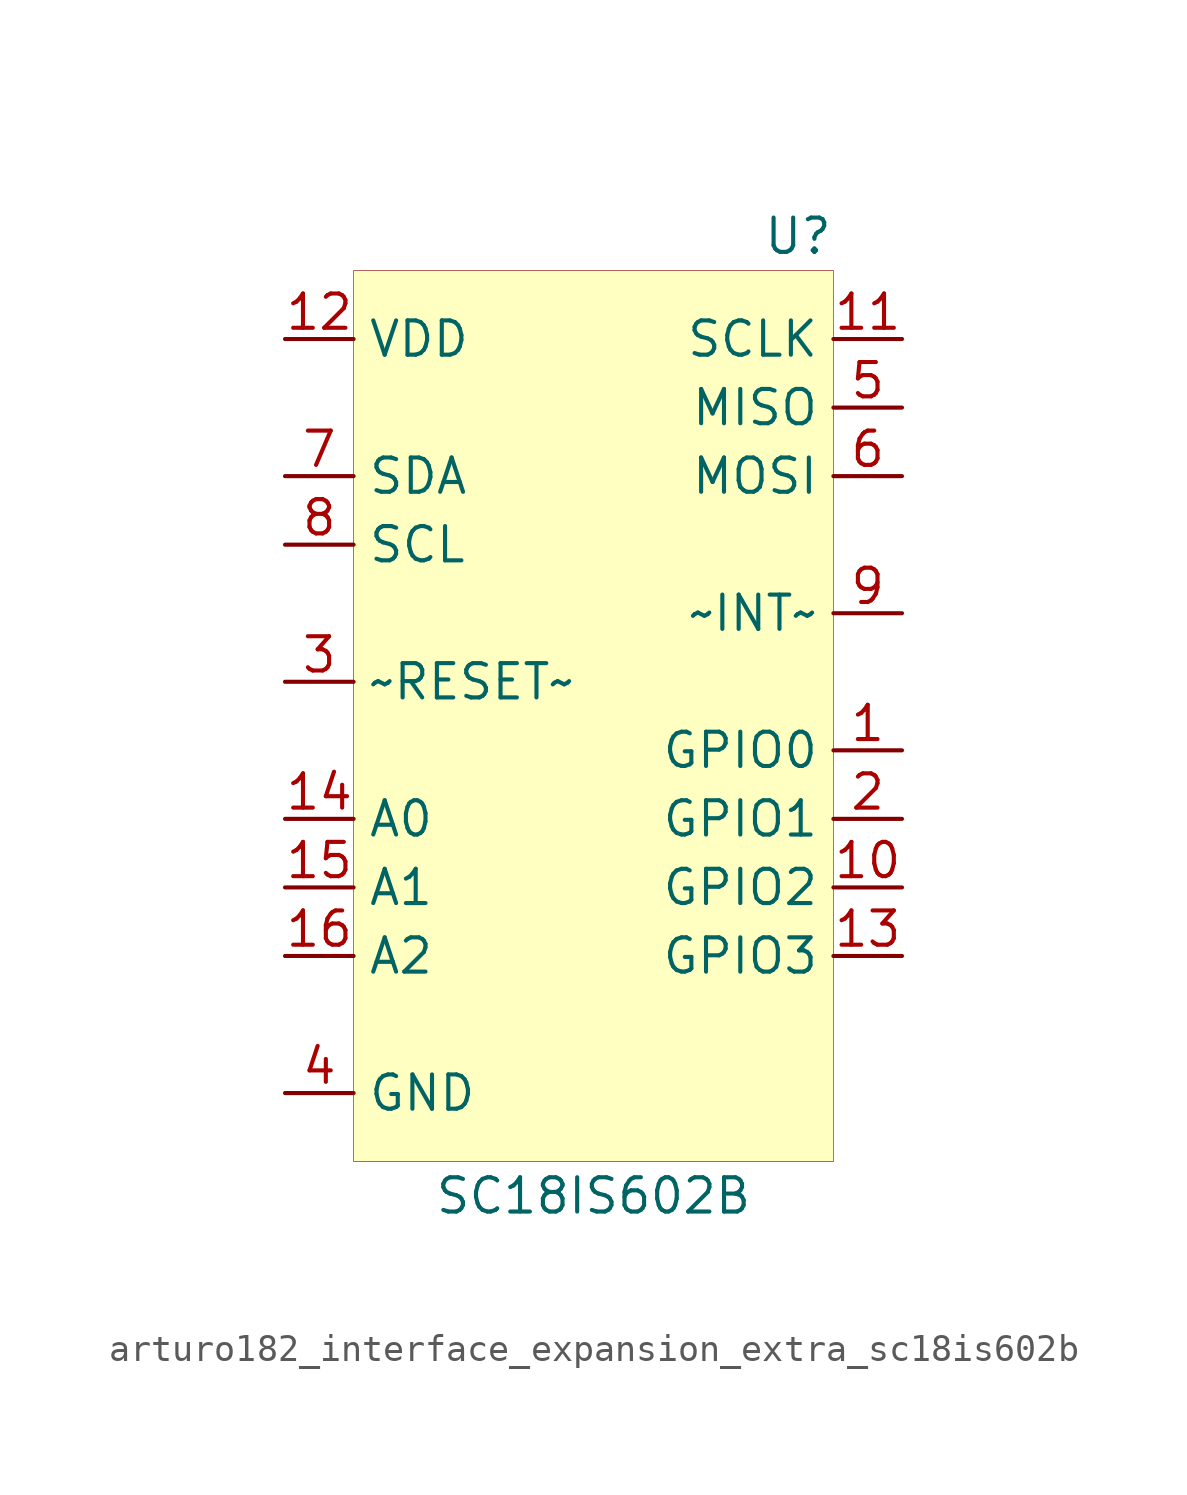
<source format=kicad_sym>
(kicad_symbol_lib
  (version 20220914)
  (generator kicad_symbol_editor)
  (symbol "Interface_Expansion_Extra:arturo182_interface_expansion_extra_sc18is602b"
    (property "Reference" "U"
      (at 8.89 16.51 0)
      (effects (font (size 1.27 1.27)) (justify right)))
    (property "Value" "SC18IS602B"
      (at 0 -19.05 0)
      (effects (font (size 1.27 1.27))))
    (symbol "arturo182_interface_expansion_extra_sc18is602b_0_1"
      (rectangle (start -8.89 15.24) (end 8.89 -17.78) (stroke (width 0.001)) (fill (type background))))
    (symbol "arturo182_interface_expansion_extra_sc18is602b_0_0"
      (pin bidirectional line (at 11.43 -2.54 180) (length 2.54) (name "GPIO0" (effects (font (size 1.27 1.27)))) (number "1" (effects (font (size 1.27 1.27)))))
      (pin bidirectional line (at 11.43 -5.08 180) (length 2.54) (name "GPIO1" (effects (font (size 1.27 1.27)))) (number "2" (effects (font (size 1.27 1.27)))))
      (pin input line (at -11.43 0 0) (length 2.54) (name "~RESET~" (effects (font (size 1.27 1.27)))) (number "3" (effects (font (size 1.27 1.27)))))
      (pin power_in line (at -11.43 -15.24 0) (length 2.54) (name "GND" (effects (font (size 1.27 1.27)))) (number "4" (effects (font (size 1.27 1.27)))))
      (pin input line (at 11.43 10.16 180) (length 2.54) (name "MISO" (effects (font (size 1.27 1.27)))) (number "5" (effects (font (size 1.27 1.27)))))
      (pin output line (at 11.43 7.62 180) (length 2.54) (name "MOSI" (effects (font (size 1.27 1.27)))) (number "6" (effects (font (size 1.27 1.27)))))
      (pin bidirectional line (at -11.43 7.62 0) (length 2.54) (name "SDA" (effects (font (size 1.27 1.27)))) (number "7" (effects (font (size 1.27 1.27)))))
      (pin input line (at -11.43 5.08 0) (length 2.54) (name "SCL" (effects (font (size 1.27 1.27)))) (number "8" (effects (font (size 1.27 1.27)))))
      (pin output line (at 11.43 2.54 180) (length 2.54) (name "~INT~" (effects (font (size 1.27 1.27)))) (number "9" (effects (font (size 1.27 1.27)))))
      (pin bidirectional line (at 11.43 -7.62 180) (length 2.54) (name "GPIO2" (effects (font (size 1.27 1.27)))) (number "10" (effects (font (size 1.27 1.27)))))
      (pin output line (at 11.43 12.7 180) (length 2.54) (name "SCLK" (effects (font (size 1.27 1.27)))) (number "11" (effects (font (size 1.27 1.27)))))
      (pin power_in line (at -11.43 12.7 0) (length 2.54) (name "VDD" (effects (font (size 1.27 1.27)))) (number "12" (effects (font (size 1.27 1.27)))))
      (pin bidirectional line (at 11.43 -10.16 180) (length 2.54) (name "GPIO3" (effects (font (size 1.27 1.27)))) (number "13" (effects (font (size 1.27 1.27)))))
      (pin input line (at -11.43 -5.08 0) (length 2.54) (name "A0" (effects (font (size 1.27 1.27)))) (number "14" (effects (font (size 1.27 1.27)))))
      (pin input line (at -11.43 -7.62 0) (length 2.54) (name "A1" (effects (font (size 1.27 1.27)))) (number "15" (effects (font (size 1.27 1.27)))))
      (pin input line (at -11.43 -10.16 0) (length 2.54) (name "A2" (effects (font (size 1.27 1.27)))) (number "16" (effects (font (size 1.27 1.27))))))))
</source>
